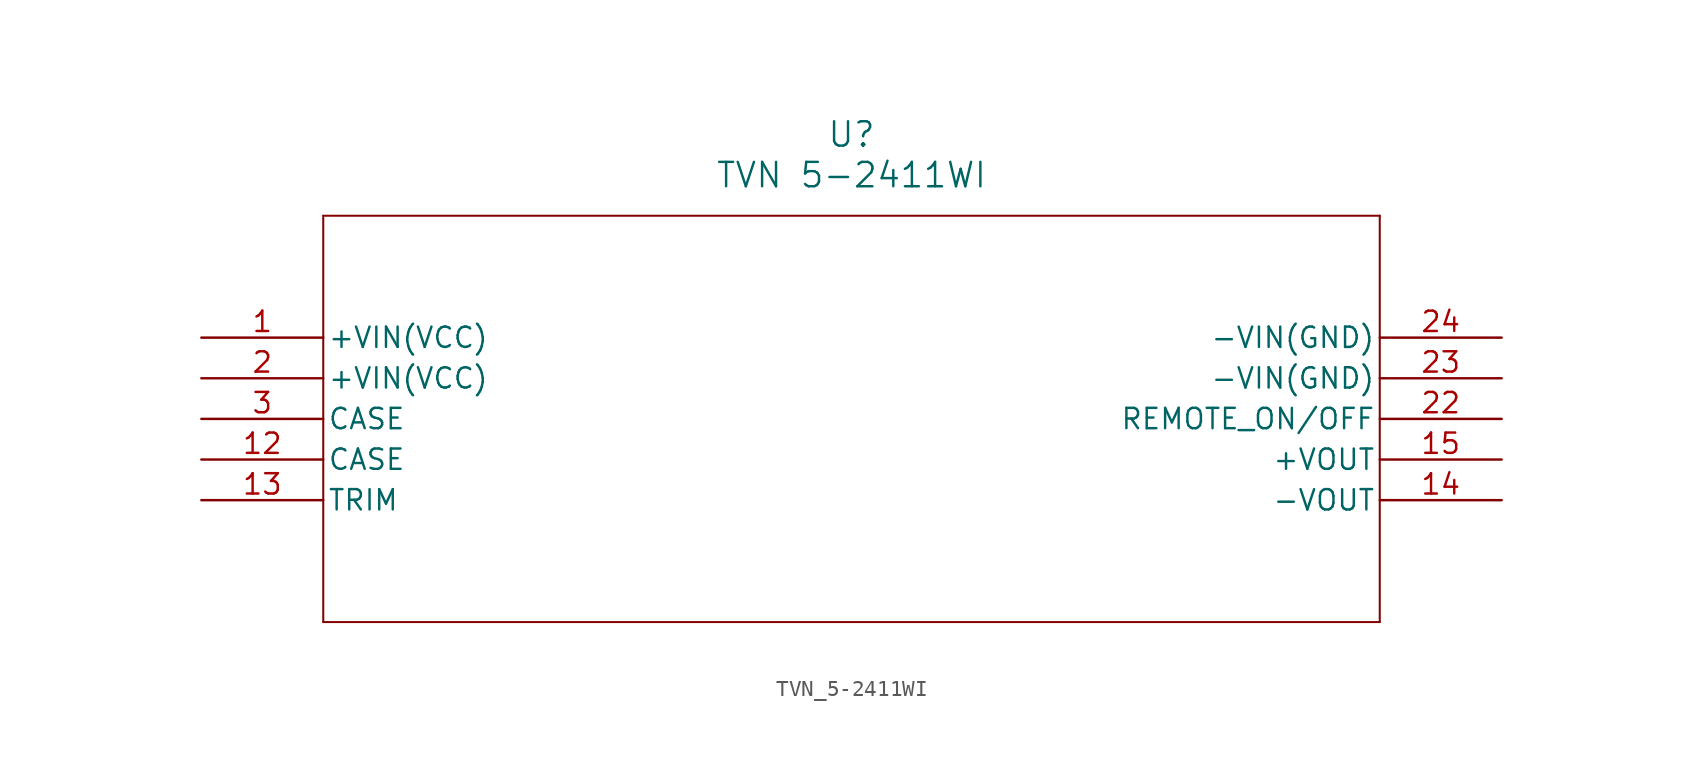
<source format=kicad_sym>
(kicad_symbol_lib
  (version 20231120)
  (generator "kicad_symbol_editor")
  (generator_version "8.0")
  (symbol "TVN_5-2411WI"
    (pin_names
      (offset 0.254))
    (property "Reference" "U"
      (at 40.64 12.7 0)
      (effects (font (size 1.524 1.524))))
    (property "Value" "TVN 5-2411WI"
      (at 40.64 10.16 0)
      (effects (font (size 1.524 1.524))))
    (symbol "TVN_5-2411WI_0_1"
      (polyline (pts (xy 7.62 -17.78) (xy 73.66 -17.78)) (stroke (width 0.127) (type default)) (fill (type none)))
      (polyline (pts (xy 7.62 7.62) (xy 7.62 -17.78)) (stroke (width 0.127) (type default)) (fill (type none)))
      (polyline (pts (xy 73.66 -17.78) (xy 73.66 7.62)) (stroke (width 0.127) (type default)) (fill (type none)))
      (polyline (pts (xy 73.66 7.62) (xy 7.62 7.62)) (stroke (width 0.127) (type default)) (fill (type none)))
      (pin power_in line (at 0 0 0) (length 7.62) (name "+VIN(VCC)" (effects (font (size 1.27 1.27)))) (number "1" (effects (font (size 1.27 1.27)))))
      (pin unspecified line (at 0 -7.62 0) (length 7.62) (name "CASE" (effects (font (size 1.27 1.27)))) (number "12" (effects (font (size 1.27 1.27)))))
      (pin unspecified line (at 0 -10.16 0) (length 7.62) (name "TRIM" (effects (font (size 1.27 1.27)))) (number "13" (effects (font (size 1.27 1.27)))))
      (pin output line (at 81.28 -10.16 180) (length 7.62) (name "-VOUT" (effects (font (size 1.27 1.27)))) (number "14" (effects (font (size 1.27 1.27)))))
      (pin output line (at 81.28 -7.62 180) (length 7.62) (name "+VOUT" (effects (font (size 1.27 1.27)))) (number "15" (effects (font (size 1.27 1.27)))))
      (pin power_in line (at 0 -2.54 0) (length 7.62) (name "+VIN(VCC)" (effects (font (size 1.27 1.27)))) (number "2" (effects (font (size 1.27 1.27)))))
      (pin unspecified line (at 81.28 -5.08 180) (length 7.62) (name "REMOTE_ON/OFF" (effects (font (size 1.27 1.27)))) (number "22" (effects (font (size 1.27 1.27)))))
      (pin power_in line (at 81.28 -2.54 180) (length 7.62) (name "-VIN(GND)" (effects (font (size 1.27 1.27)))) (number "23" (effects (font (size 1.27 1.27)))))
      (pin power_in line (at 81.28 0 180) (length 7.62) (name "-VIN(GND)" (effects (font (size 1.27 1.27)))) (number "24" (effects (font (size 1.27 1.27)))))
      (pin unspecified line (at 0 -5.08 0) (length 7.62) (name "CASE" (effects (font (size 1.27 1.27)))) (number "3" (effects (font (size 1.27 1.27))))))))
</source>
